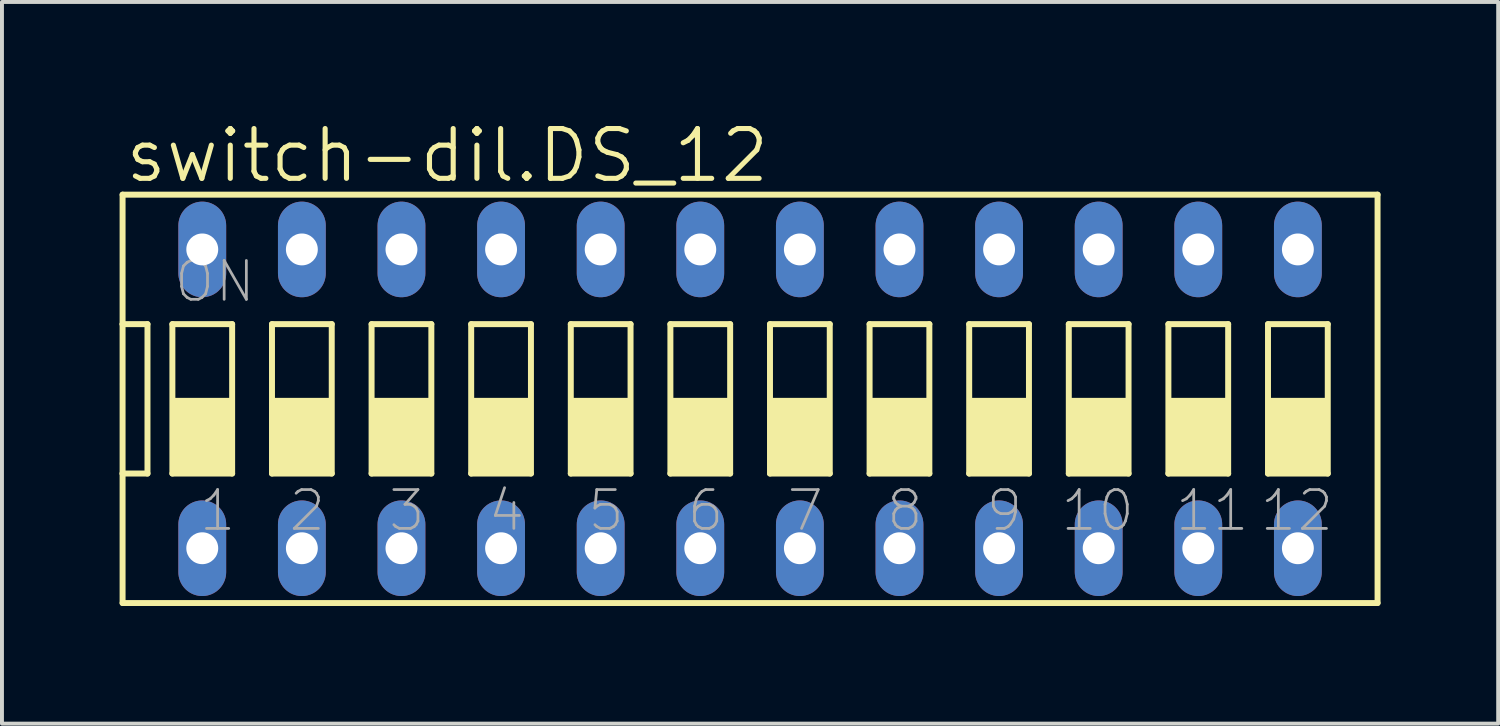
<source format=kicad_pcb>
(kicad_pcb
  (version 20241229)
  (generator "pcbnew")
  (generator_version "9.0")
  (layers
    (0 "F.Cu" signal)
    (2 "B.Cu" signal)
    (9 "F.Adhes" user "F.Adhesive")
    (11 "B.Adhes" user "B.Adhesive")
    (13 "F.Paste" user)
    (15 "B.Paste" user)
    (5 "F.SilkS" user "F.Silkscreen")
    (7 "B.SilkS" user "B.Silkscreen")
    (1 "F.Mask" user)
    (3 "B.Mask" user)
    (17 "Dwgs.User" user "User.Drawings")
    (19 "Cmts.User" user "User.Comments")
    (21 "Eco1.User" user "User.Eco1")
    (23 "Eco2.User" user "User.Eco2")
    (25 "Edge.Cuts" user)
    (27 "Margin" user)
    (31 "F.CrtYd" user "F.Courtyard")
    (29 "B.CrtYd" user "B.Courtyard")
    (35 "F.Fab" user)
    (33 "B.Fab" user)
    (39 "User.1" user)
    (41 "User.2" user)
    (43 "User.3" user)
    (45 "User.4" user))
  (footprint "switch-dil.DS_12"
    (layer "F.Cu")
    (at 16.078 7.121)
    (property "Reference" "switch-dil.DS_12" (at -16.002 -5.461 0) (layer "F.SilkS") (effects (font (size 1.27 1.27) (thickness 0.13)) (justify left bottom)))
    (attr through_hole)
    (fp_line (start -16.002 -5.207) (end -16.002 -1.905) (stroke (width 0.152) (type default)) (layer "F.SilkS"))
    (fp_line (start -16.002 -1.905) (end -16.002 1.905) (stroke (width 0.152) (type default)) (layer "F.SilkS"))
    (fp_line (start -16.002 -1.905) (end -15.367 -1.905) (stroke (width 0.152) (type default)) (layer "F.SilkS"))
    (fp_line (start -16.002 1.905) (end -16.002 5.207) (stroke (width 0.152) (type default)) (layer "F.SilkS"))
    (fp_line (start -16.002 1.905) (end -15.367 1.905) (stroke (width 0.152) (type default)) (layer "F.SilkS"))
    (fp_line (start -16.002 5.207) (end 16.002 5.207) (stroke (width 0.152) (type default)) (layer "F.SilkS"))
    (fp_line (start -15.367 1.905) (end -15.367 -1.905) (stroke (width 0.152) (type default)) (layer "F.SilkS"))
    (fp_line (start -14.732 -1.905) (end -14.732 1.905) (stroke (width 0.152) (type default)) (layer "F.SilkS"))
    (fp_line (start -14.732 -1.905) (end -13.208 -1.905) (stroke (width 0.152) (type default)) (layer "F.SilkS"))
    (fp_line (start -13.208 1.905) (end -14.732 1.905) (stroke (width 0.152) (type default)) (layer "F.SilkS"))
    (fp_line (start -13.208 1.905) (end -13.208 -1.905) (stroke (width 0.152) (type default)) (layer "F.SilkS"))
    (fp_line (start -12.192 -1.905) (end -12.192 1.905) (stroke (width 0.152) (type default)) (layer "F.SilkS"))
    (fp_line (start -12.192 -1.905) (end -10.668 -1.905) (stroke (width 0.152) (type default)) (layer "F.SilkS"))
    (fp_line (start -10.668 1.905) (end -12.192 1.905) (stroke (width 0.152) (type default)) (layer "F.SilkS"))
    (fp_line (start -10.668 1.905) (end -10.668 -1.905) (stroke (width 0.152) (type default)) (layer "F.SilkS"))
    (fp_line (start -9.652 -1.905) (end -9.652 1.905) (stroke (width 0.152) (type default)) (layer "F.SilkS"))
    (fp_line (start -9.652 -1.905) (end -8.128 -1.905) (stroke (width 0.152) (type default)) (layer "F.SilkS"))
    (fp_line (start -8.128 1.905) (end -9.652 1.905) (stroke (width 0.152) (type default)) (layer "F.SilkS"))
    (fp_line (start -8.128 1.905) (end -8.128 -1.905) (stroke (width 0.152) (type default)) (layer "F.SilkS"))
    (fp_line (start -7.112 -1.905) (end -7.112 1.905) (stroke (width 0.152) (type default)) (layer "F.SilkS"))
    (fp_line (start -7.112 -1.905) (end -5.588 -1.905) (stroke (width 0.152) (type default)) (layer "F.SilkS"))
    (fp_line (start -5.588 1.905) (end -7.112 1.905) (stroke (width 0.152) (type default)) (layer "F.SilkS"))
    (fp_line (start -5.588 1.905) (end -5.588 -1.905) (stroke (width 0.152) (type default)) (layer "F.SilkS"))
    (fp_line (start -4.572 -1.905) (end -4.572 1.905) (stroke (width 0.152) (type default)) (layer "F.SilkS"))
    (fp_line (start -4.572 -1.905) (end -3.048 -1.905) (stroke (width 0.152) (type default)) (layer "F.SilkS"))
    (fp_line (start -3.048 1.905) (end -4.572 1.905) (stroke (width 0.152) (type default)) (layer "F.SilkS"))
    (fp_line (start -3.048 1.905) (end -3.048 -1.905) (stroke (width 0.152) (type default)) (layer "F.SilkS"))
    (fp_line (start -2.032 -1.905) (end -2.032 1.905) (stroke (width 0.152) (type default)) (layer "F.SilkS"))
    (fp_line (start -2.032 -1.905) (end -0.508 -1.905) (stroke (width 0.152) (type default)) (layer "F.SilkS"))
    (fp_line (start -0.508 1.905) (end -2.032 1.905) (stroke (width 0.152) (type default)) (layer "F.SilkS"))
    (fp_line (start -0.508 1.905) (end -0.508 -1.905) (stroke (width 0.152) (type default)) (layer "F.SilkS"))
    (fp_line (start 0.508 -1.905) (end 0.508 1.905) (stroke (width 0.152) (type default)) (layer "F.SilkS"))
    (fp_line (start 0.508 -1.905) (end 2.032 -1.905) (stroke (width 0.152) (type default)) (layer "F.SilkS"))
    (fp_line (start 2.032 1.905) (end 0.508 1.905) (stroke (width 0.152) (type default)) (layer "F.SilkS"))
    (fp_line (start 2.032 1.905) (end 2.032 -1.905) (stroke (width 0.152) (type default)) (layer "F.SilkS"))
    (fp_line (start 3.048 -1.905) (end 3.048 1.905) (stroke (width 0.152) (type default)) (layer "F.SilkS"))
    (fp_line (start 3.048 -1.905) (end 4.572 -1.905) (stroke (width 0.152) (type default)) (layer "F.SilkS"))
    (fp_line (start 4.572 1.905) (end 3.048 1.905) (stroke (width 0.152) (type default)) (layer "F.SilkS"))
    (fp_line (start 4.572 1.905) (end 4.572 -1.905) (stroke (width 0.152) (type default)) (layer "F.SilkS"))
    (fp_line (start 5.588 -1.905) (end 5.588 1.905) (stroke (width 0.152) (type default)) (layer "F.SilkS"))
    (fp_line (start 5.588 -1.905) (end 7.112 -1.905) (stroke (width 0.152) (type default)) (layer "F.SilkS"))
    (fp_line (start 7.112 1.905) (end 5.588 1.905) (stroke (width 0.152) (type default)) (layer "F.SilkS"))
    (fp_line (start 7.112 1.905) (end 7.112 -1.905) (stroke (width 0.152) (type default)) (layer "F.SilkS"))
    (fp_line (start 8.128 -1.905) (end 8.128 1.905) (stroke (width 0.152) (type default)) (layer "F.SilkS"))
    (fp_line (start 8.128 -1.905) (end 9.652 -1.905) (stroke (width 0.152) (type default)) (layer "F.SilkS"))
    (fp_line (start 9.652 1.905) (end 8.128 1.905) (stroke (width 0.152) (type default)) (layer "F.SilkS"))
    (fp_line (start 9.652 1.905) (end 9.652 -1.905) (stroke (width 0.152) (type default)) (layer "F.SilkS"))
    (fp_line (start 10.668 -1.905) (end 10.668 1.905) (stroke (width 0.152) (type default)) (layer "F.SilkS"))
    (fp_line (start 10.668 -1.905) (end 12.192 -1.905) (stroke (width 0.152) (type default)) (layer "F.SilkS"))
    (fp_line (start 12.192 1.905) (end 10.668 1.905) (stroke (width 0.152) (type default)) (layer "F.SilkS"))
    (fp_line (start 12.192 1.905) (end 12.192 -1.905) (stroke (width 0.152) (type default)) (layer "F.SilkS"))
    (fp_line (start 13.208 -1.905) (end 13.208 1.905) (stroke (width 0.152) (type default)) (layer "F.SilkS"))
    (fp_line (start 13.208 -1.905) (end 14.732 -1.905) (stroke (width 0.152) (type default)) (layer "F.SilkS"))
    (fp_line (start 14.732 1.905) (end 13.208 1.905) (stroke (width 0.152) (type default)) (layer "F.SilkS"))
    (fp_line (start 14.732 1.905) (end 14.732 -1.905) (stroke (width 0.152) (type default)) (layer "F.SilkS"))
    (fp_line (start 16.002 -5.207) (end -16.002 -5.207) (stroke (width 0.152) (type default)) (layer "F.SilkS"))
    (fp_line (start 16.002 5.207) (end 16.002 -5.207) (stroke (width 0.152) (type default)) (layer "F.SilkS"))
    (fp_rect (start -14.732 1.905) (end -13.208 0) (stroke (width 0.05) (type default)) (fill yes) (layer "F.SilkS"))
    (fp_rect (start -12.192 1.905) (end -10.668 0) (stroke (width 0.05) (type default)) (fill yes) (layer "F.SilkS"))
    (fp_rect (start -9.652 1.905) (end -8.128 0) (stroke (width 0.05) (type default)) (fill yes) (layer "F.SilkS"))
    (fp_rect (start -7.112 1.905) (end -5.588 0) (stroke (width 0.05) (type default)) (fill yes) (layer "F.SilkS"))
    (fp_rect (start -4.572 1.905) (end -3.048 0) (stroke (width 0.05) (type default)) (fill yes) (layer "F.SilkS"))
    (fp_rect (start -2.032 1.905) (end -0.508 0) (stroke (width 0.05) (type default)) (fill yes) (layer "F.SilkS"))
    (fp_rect (start 0.508 1.905) (end 2.032 0) (stroke (width 0.05) (type default)) (fill yes) (layer "F.SilkS"))
    (fp_rect (start 3.048 1.905) (end 4.572 0) (stroke (width 0.05) (type default)) (fill yes) (layer "F.SilkS"))
    (fp_rect (start 5.588 1.905) (end 7.112 0) (stroke (width 0.05) (type default)) (fill yes) (layer "F.SilkS"))
    (fp_rect (start 8.128 1.905) (end 9.652 0) (stroke (width 0.05) (type default)) (fill yes) (layer "F.SilkS"))
    (fp_rect (start 10.668 1.905) (end 12.192 0) (stroke (width 0.05) (type default)) (fill yes) (layer "F.SilkS"))
    (fp_rect (start 13.208 1.905) (end 14.732 0) (stroke (width 0.05) (type default)) (fill yes) (layer "F.SilkS"))
    (fp_text user "1" (at -14.097 3.429 0) (layer "F.Fab") (effects (font (size 0.991 0.991) (thickness 0.07)) (justify left bottom)))
    (fp_text user "5" (at -4.191 3.429 0) (layer "F.Fab") (effects (font (size 0.991 0.991) (thickness 0.07)) (justify left bottom)))
    (fp_text user "4" (at -6.731 3.429 0) (layer "F.Fab") (effects (font (size 0.991 0.991) (thickness 0.07)) (justify left bottom)))
    (fp_text user "ON" (at -14.732 -2.413 0) (layer "F.Fab") (effects (font (size 0.991 0.991) (thickness 0.07)) (justify left bottom)))
    (fp_text user "2" (at -11.811 3.429 0) (layer "F.Fab") (effects (font (size 0.991 0.991) (thickness 0.07)) (justify left bottom)))
    (fp_text user "7" (at 0.889 3.429 0) (layer "F.Fab") (effects (font (size 0.991 0.991) (thickness 0.07)) (justify left bottom)))
    (fp_text user "6" (at -1.651 3.429 0) (layer "F.Fab") (effects (font (size 0.991 0.991) (thickness 0.07)) (justify left bottom)))
    (fp_text user "8" (at 3.429 3.429 0) (layer "F.Fab") (effects (font (size 0.991 0.991) (thickness 0.07)) (justify left bottom)))
    (fp_text user "11" (at 10.795 3.429 0) (layer "F.Fab") (effects (font (size 0.991 0.991) (thickness 0.07)) (justify left bottom)))
    (fp_text user "10" (at 7.874 3.429 0) (layer "F.Fab") (effects (font (size 0.991 0.991) (thickness 0.07)) (justify left bottom)))
    (fp_text user "9" (at 5.969 3.429 0) (layer "F.Fab") (effects (font (size 0.991 0.991) (thickness 0.07)) (justify left bottom)))
    (fp_text user "3" (at -9.271 3.429 0) (layer "F.Fab") (effects (font (size 0.991 0.991) (thickness 0.07)) (justify left bottom)))
    (fp_text user "12" (at 12.954 3.429 0) (layer "F.Fab") (effects (font (size 0.991 0.991) (thickness 0.07)) (justify left bottom)))
    (pad "1" thru_hole oval (at -13.97 3.81 90) (size 2.438 1.219) (drill 0.813) (layers "*.Cu" "*.Mask"))
    (pad "2" thru_hole oval (at -11.43 3.81 90) (size 2.438 1.219) (drill 0.813) (layers "*.Cu" "*.Mask"))
    (pad "3" thru_hole oval (at -8.89 3.81 90) (size 2.438 1.219) (drill 0.813) (layers "*.Cu" "*.Mask"))
    (pad "4" thru_hole oval (at -6.35 3.81 90) (size 2.438 1.219) (drill 0.813) (layers "*.Cu" "*.Mask"))
    (pad "5" thru_hole oval (at -3.81 3.81 90) (size 2.438 1.219) (drill 0.813) (layers "*.Cu" "*.Mask"))
    (pad "6" thru_hole oval (at -1.27 3.81 90) (size 2.438 1.219) (drill 0.813) (layers "*.Cu" "*.Mask"))
    (pad "7" thru_hole oval (at 1.27 3.81 90) (size 2.438 1.219) (drill 0.813) (layers "*.Cu" "*.Mask"))
    (pad "8" thru_hole oval (at 3.81 3.81 90) (size 2.438 1.219) (drill 0.813) (layers "*.Cu" "*.Mask"))
    (pad "9" thru_hole oval (at 6.35 3.81 90) (size 2.438 1.219) (drill 0.813) (layers "*.Cu" "*.Mask"))
    (pad "10" thru_hole oval (at 8.89 3.81 90) (size 2.438 1.219) (drill 0.813) (layers "*.Cu" "*.Mask"))
    (pad "11" thru_hole oval (at 11.43 3.81 90) (size 2.438 1.219) (drill 0.813) (layers "*.Cu" "*.Mask"))
    (pad "12" thru_hole oval (at 13.97 3.81 90) (size 2.438 1.219) (drill 0.813) (layers "*.Cu" "*.Mask"))
    (pad "13" thru_hole oval (at 13.97 -3.81 90) (size 2.438 1.219) (drill 0.813) (layers "*.Cu" "*.Mask"))
    (pad "14" thru_hole oval (at 11.43 -3.81 90) (size 2.438 1.219) (drill 0.813) (layers "*.Cu" "*.Mask"))
    (pad "15" thru_hole oval (at 8.89 -3.81 90) (size 2.438 1.219) (drill 0.813) (layers "*.Cu" "*.Mask"))
    (pad "16" thru_hole oval (at 6.35 -3.81 90) (size 2.438 1.219) (drill 0.813) (layers "*.Cu" "*.Mask"))
    (pad "17" thru_hole oval (at 3.81 -3.81 90) (size 2.438 1.219) (drill 0.813) (layers "*.Cu" "*.Mask"))
    (pad "18" thru_hole oval (at 1.27 -3.81 90) (size 2.438 1.219) (drill 0.813) (layers "*.Cu" "*.Mask"))
    (pad "19" thru_hole oval (at -1.27 -3.81 90) (size 2.438 1.219) (drill 0.813) (layers "*.Cu" "*.Mask"))
    (pad "20" thru_hole oval (at -3.81 -3.81 90) (size 2.438 1.219) (drill 0.813) (layers "*.Cu" "*.Mask"))
    (pad "21" thru_hole oval (at -6.35 -3.81 90) (size 2.438 1.219) (drill 0.813) (layers "*.Cu" "*.Mask"))
    (pad "22" thru_hole oval (at -8.89 -3.81 90) (size 2.438 1.219) (drill 0.813) (layers "*.Cu" "*.Mask"))
    (pad "23" thru_hole oval (at -11.43 -3.81 90) (size 2.438 1.219) (drill 0.813) (layers "*.Cu" "*.Mask"))
    (pad "24" thru_hole oval (at -13.97 -3.81 90) (size 2.438 1.219) (drill 0.813) (layers "*.Cu" "*.Mask")))
  (gr_rect
    (start -3 -3)
    (end 35.156 15.404)
    (stroke (width 0.1) (type default))
    (fill no)
    (layer "Edge.Cuts")))
</source>
